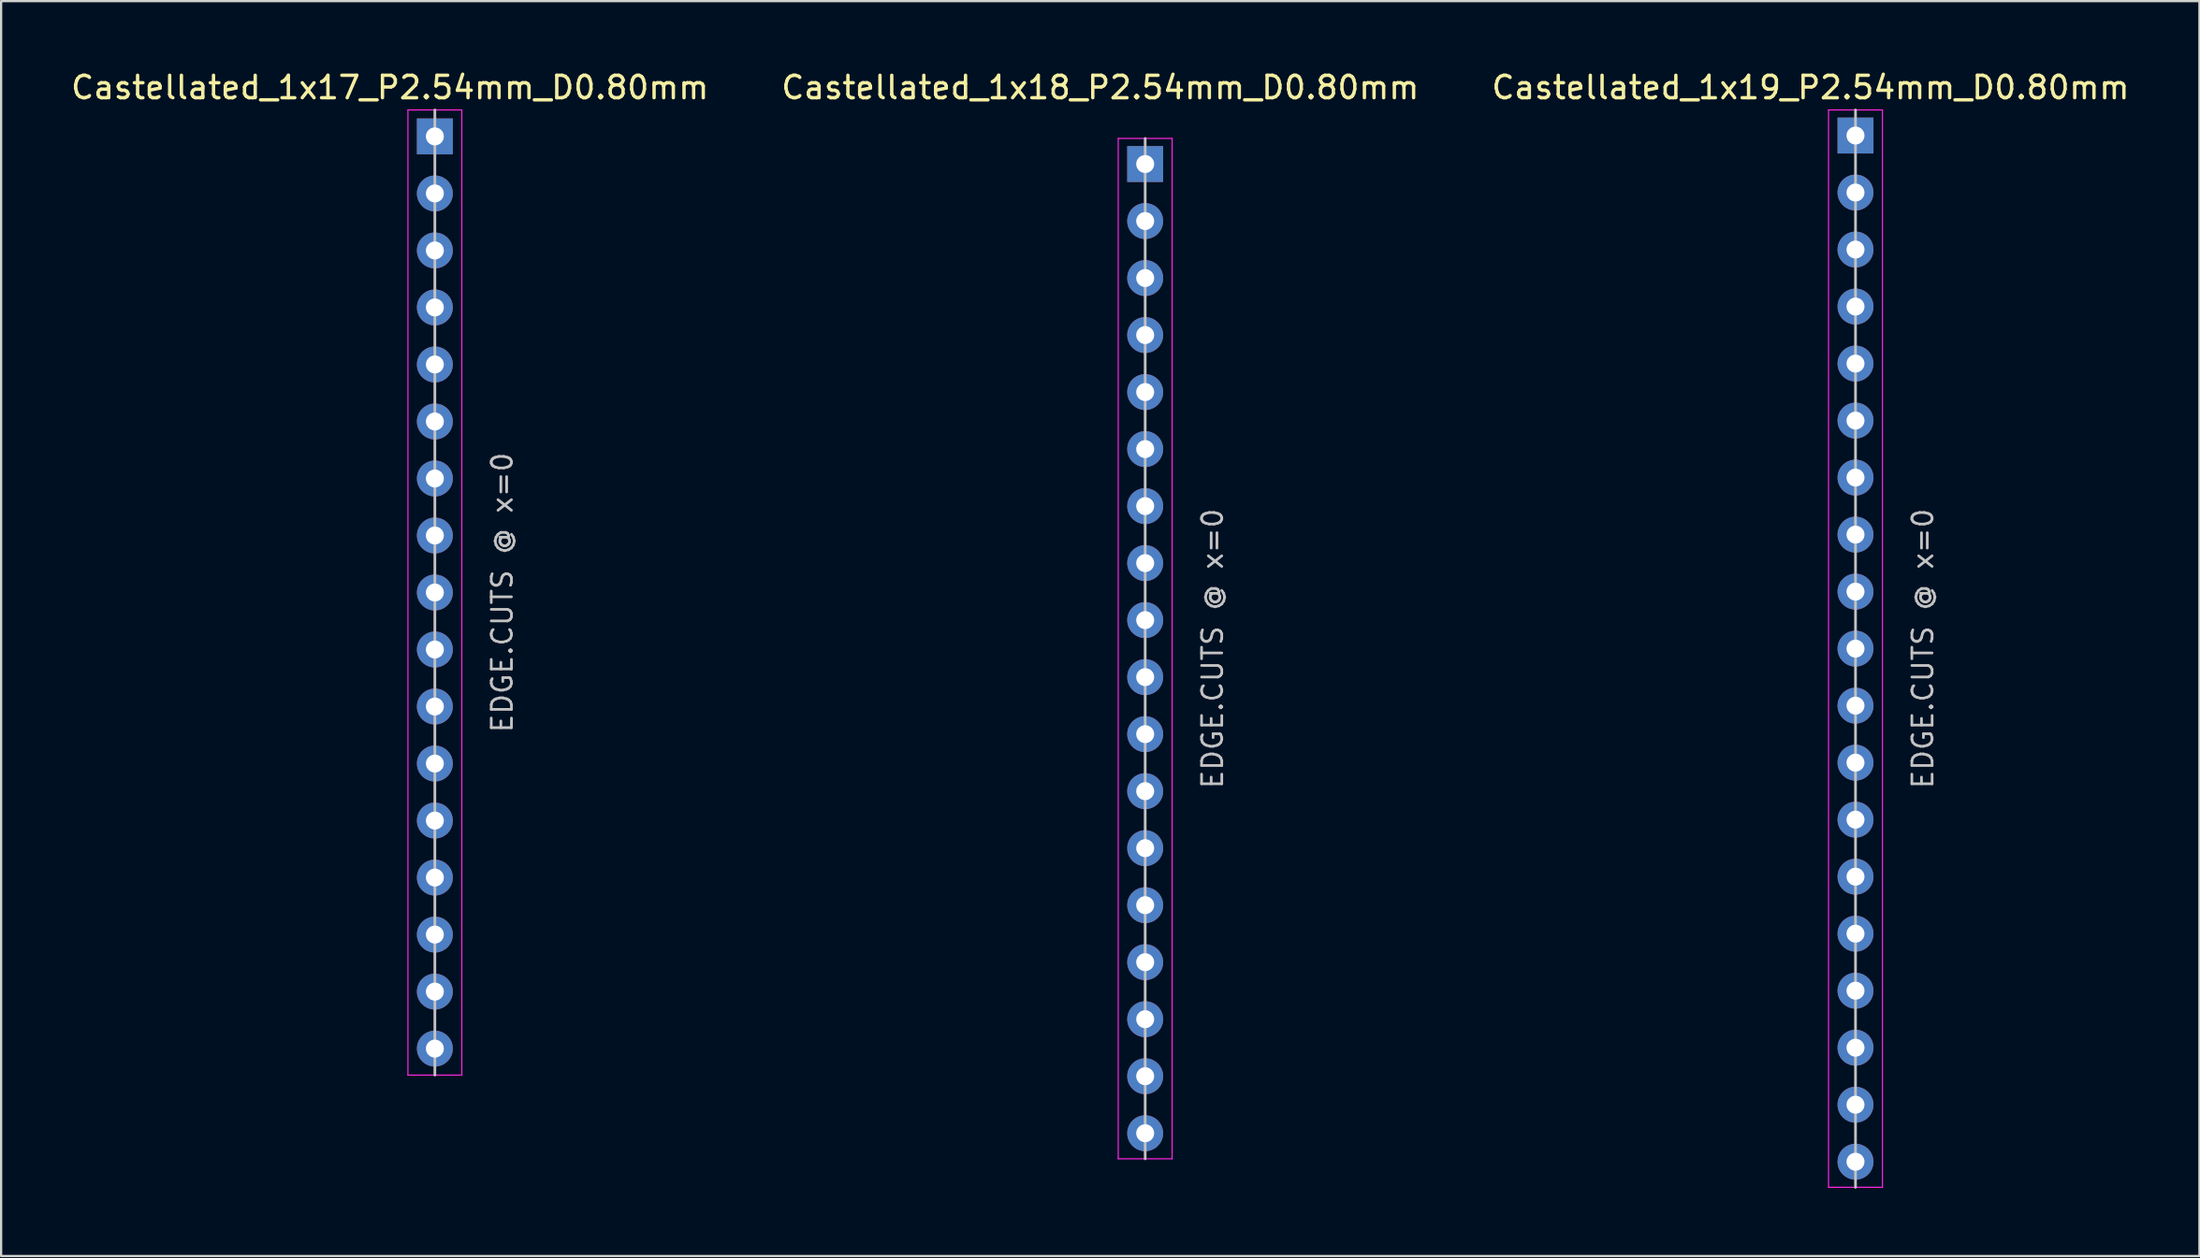
<source format=kicad_pcb>
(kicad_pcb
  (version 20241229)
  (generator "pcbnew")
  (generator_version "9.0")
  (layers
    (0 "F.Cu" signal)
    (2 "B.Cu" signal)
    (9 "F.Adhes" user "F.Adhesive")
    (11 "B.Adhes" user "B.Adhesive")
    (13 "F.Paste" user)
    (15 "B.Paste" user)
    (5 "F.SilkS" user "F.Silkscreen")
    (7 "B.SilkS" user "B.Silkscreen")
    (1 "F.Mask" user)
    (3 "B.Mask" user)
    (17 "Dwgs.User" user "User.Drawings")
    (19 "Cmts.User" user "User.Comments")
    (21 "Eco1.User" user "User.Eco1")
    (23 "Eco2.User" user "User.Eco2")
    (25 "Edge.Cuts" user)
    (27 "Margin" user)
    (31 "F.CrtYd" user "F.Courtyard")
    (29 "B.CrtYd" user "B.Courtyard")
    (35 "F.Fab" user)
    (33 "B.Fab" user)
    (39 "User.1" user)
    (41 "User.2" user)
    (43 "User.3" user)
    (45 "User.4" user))
  (footprint "Castellated_1x18_P2.54mm_D0.80mm"
    (layer "F.Cu")
    (at 47.946 25.848)
    (property "Reference" "Castellated_1x18_P2.54mm_D0.80mm" (at -2 -25 0) (layer "F.SilkS") (effects (font (size 1 1) (thickness 0.15))))
    (attr through_hole)
    (fp_line (start 0 -22.73) (end 0 22.73) (stroke (width 0.12) (type solid)) (layer "Dwgs.User"))
    (fp_line (start -1.2 -22.73) (end 1.2 -22.73) (stroke (width 0.05) (type solid)) (layer "F.CrtYd"))
    (fp_line (start -1.2 22.73) (end -1.2 -22.73) (stroke (width 0.05) (type solid)) (layer "F.CrtYd"))
    (fp_line (start 1.2 -22.73) (end 1.2 22.73) (stroke (width 0.05) (type solid)) (layer "F.CrtYd"))
    (fp_line (start 1.2 22.73) (end -1.2 22.73) (stroke (width 0.05) (type solid)) (layer "F.CrtYd"))
    (fp_text user "EDGE.CUTS @ x=0" (at 3 0 90) (layer "Dwgs.User") (effects (font (size 0.9 0.9) (thickness 0.12))))
    (pad "1" thru_hole rect (at 0 -21.59) (size 1.6 1.6) (drill 0.8) (property pad_prop_castellated) (layers "*.Cu" "*.Mask"))
    (pad "2" thru_hole circle (at 0 -19.05) (size 1.6 1.6) (drill 0.8) (property pad_prop_castellated) (layers "*.Cu" "*.Mask"))
    (pad "3" thru_hole circle (at 0 -16.51) (size 1.6 1.6) (drill 0.8) (property pad_prop_castellated) (layers "*.Cu" "*.Mask"))
    (pad "4" thru_hole circle (at 0 -13.97) (size 1.6 1.6) (drill 0.8) (property pad_prop_castellated) (layers "*.Cu" "*.Mask"))
    (pad "5" thru_hole circle (at 0 -11.43) (size 1.6 1.6) (drill 0.8) (property pad_prop_castellated) (layers "*.Cu" "*.Mask"))
    (pad "6" thru_hole circle (at 0 -8.89) (size 1.6 1.6) (drill 0.8) (property pad_prop_castellated) (layers "*.Cu" "*.Mask"))
    (pad "7" thru_hole circle (at 0 -6.35) (size 1.6 1.6) (drill 0.8) (property pad_prop_castellated) (layers "*.Cu" "*.Mask"))
    (pad "8" thru_hole circle (at 0 -3.81) (size 1.6 1.6) (drill 0.8) (property pad_prop_castellated) (layers "*.Cu" "*.Mask"))
    (pad "9" thru_hole circle (at 0 -1.27) (size 1.6 1.6) (drill 0.8) (property pad_prop_castellated) (layers "*.Cu" "*.Mask"))
    (pad "10" thru_hole circle (at 0 1.27) (size 1.6 1.6) (drill 0.8) (property pad_prop_castellated) (layers "*.Cu" "*.Mask"))
    (pad "11" thru_hole circle (at 0 3.81) (size 1.6 1.6) (drill 0.8) (property pad_prop_castellated) (layers "*.Cu" "*.Mask"))
    (pad "12" thru_hole circle (at 0 6.35) (size 1.6 1.6) (drill 0.8) (property pad_prop_castellated) (layers "*.Cu" "*.Mask"))
    (pad "13" thru_hole circle (at 0 8.89) (size 1.6 1.6) (drill 0.8) (property pad_prop_castellated) (layers "*.Cu" "*.Mask"))
    (pad "14" thru_hole circle (at 0 11.43) (size 1.6 1.6) (drill 0.8) (property pad_prop_castellated) (layers "*.Cu" "*.Mask"))
    (pad "15" thru_hole circle (at 0 13.97) (size 1.6 1.6) (drill 0.8) (property pad_prop_castellated) (layers "*.Cu" "*.Mask"))
    (pad "16" thru_hole circle (at 0 16.51) (size 1.6 1.6) (drill 0.8) (property pad_prop_castellated) (layers "*.Cu" "*.Mask"))
    (pad "17" thru_hole circle (at 0 19.05) (size 1.6 1.6) (drill 0.8) (property pad_prop_castellated) (layers "*.Cu" "*.Mask"))
    (pad "18" thru_hole circle (at 0 21.59) (size 1.6 1.6) (drill 0.8) (property pad_prop_castellated) (layers "*.Cu" "*.Mask")))
  (footprint "Castellated_1x19_P2.54mm_D0.80mm"
    (layer "F.Cu")
    (at 79.577 25.848)
    (property "Reference" "Castellated_1x19_P2.54mm_D0.80mm" (at -2 -25 0) (layer "F.SilkS") (effects (font (size 1 1) (thickness 0.15))))
    (attr through_hole)
    (fp_line (start 0 -24) (end 0 24) (stroke (width 0.12) (type solid)) (layer "Dwgs.User"))
    (fp_line (start -1.2 -24) (end 1.2 -24) (stroke (width 0.05) (type solid)) (layer "F.CrtYd"))
    (fp_line (start -1.2 24) (end -1.2 -24) (stroke (width 0.05) (type solid)) (layer "F.CrtYd"))
    (fp_line (start 1.2 -24) (end 1.2 24) (stroke (width 0.05) (type solid)) (layer "F.CrtYd"))
    (fp_line (start 1.2 24) (end -1.2 24) (stroke (width 0.05) (type solid)) (layer "F.CrtYd"))
    (fp_text user "EDGE.CUTS @ x=0" (at 3 0 90) (layer "Dwgs.User") (effects (font (size 0.9 0.9) (thickness 0.12))))
    (pad "1" thru_hole rect (at 0 -22.86) (size 1.6 1.6) (drill 0.8) (property pad_prop_castellated) (layers "*.Cu" "*.Mask"))
    (pad "2" thru_hole circle (at 0 -20.32) (size 1.6 1.6) (drill 0.8) (property pad_prop_castellated) (layers "*.Cu" "*.Mask"))
    (pad "3" thru_hole circle (at 0 -17.78) (size 1.6 1.6) (drill 0.8) (property pad_prop_castellated) (layers "*.Cu" "*.Mask"))
    (pad "4" thru_hole circle (at 0 -15.24) (size 1.6 1.6) (drill 0.8) (property pad_prop_castellated) (layers "*.Cu" "*.Mask"))
    (pad "5" thru_hole circle (at 0 -12.7) (size 1.6 1.6) (drill 0.8) (property pad_prop_castellated) (layers "*.Cu" "*.Mask"))
    (pad "6" thru_hole circle (at 0 -10.16) (size 1.6 1.6) (drill 0.8) (property pad_prop_castellated) (layers "*.Cu" "*.Mask"))
    (pad "7" thru_hole circle (at 0 -7.62) (size 1.6 1.6) (drill 0.8) (property pad_prop_castellated) (layers "*.Cu" "*.Mask"))
    (pad "8" thru_hole circle (at 0 -5.08) (size 1.6 1.6) (drill 0.8) (property pad_prop_castellated) (layers "*.Cu" "*.Mask"))
    (pad "9" thru_hole circle (at 0 -2.54) (size 1.6 1.6) (drill 0.8) (property pad_prop_castellated) (layers "*.Cu" "*.Mask"))
    (pad "10" thru_hole circle (at 0 0) (size 1.6 1.6) (drill 0.8) (property pad_prop_castellated) (layers "*.Cu" "*.Mask"))
    (pad "11" thru_hole circle (at 0 2.54) (size 1.6 1.6) (drill 0.8) (property pad_prop_castellated) (layers "*.Cu" "*.Mask"))
    (pad "12" thru_hole circle (at 0 5.08) (size 1.6 1.6) (drill 0.8) (property pad_prop_castellated) (layers "*.Cu" "*.Mask"))
    (pad "13" thru_hole circle (at 0 7.62) (size 1.6 1.6) (drill 0.8) (property pad_prop_castellated) (layers "*.Cu" "*.Mask"))
    (pad "14" thru_hole circle (at 0 10.16) (size 1.6 1.6) (drill 0.8) (property pad_prop_castellated) (layers "*.Cu" "*.Mask"))
    (pad "15" thru_hole circle (at 0 12.7) (size 1.6 1.6) (drill 0.8) (property pad_prop_castellated) (layers "*.Cu" "*.Mask"))
    (pad "16" thru_hole circle (at 0 15.24) (size 1.6 1.6) (drill 0.8) (property pad_prop_castellated) (layers "*.Cu" "*.Mask"))
    (pad "17" thru_hole circle (at 0 17.78) (size 1.6 1.6) (drill 0.8) (property pad_prop_castellated) (layers "*.Cu" "*.Mask"))
    (pad "18" thru_hole circle (at 0 20.32) (size 1.6 1.6) (drill 0.8) (property pad_prop_castellated) (layers "*.Cu" "*.Mask"))
    (pad "19" thru_hole circle (at 0 22.86) (size 1.6 1.6) (drill 0.8) (property pad_prop_castellated) (layers "*.Cu" "*.Mask")))
  (footprint "Castellated_1x17_P2.54mm_D0.80mm"
    (layer "F.Cu")
    (at 16.315 23.348)
    (property "Reference" "Castellated_1x17_P2.54mm_D0.80mm" (at -2 -22.5 0) (layer "F.SilkS") (effects (font (size 1 1) (thickness 0.15))))
    (attr through_hole)
    (fp_line (start 0 -21.5) (end 0 21.5) (stroke (width 0.12) (type solid)) (layer "Dwgs.User"))
    (fp_line (start -1.2 -21.5) (end 1.2 -21.5) (stroke (width 0.05) (type solid)) (layer "F.CrtYd"))
    (fp_line (start -1.2 21.5) (end -1.2 -21.5) (stroke (width 0.05) (type solid)) (layer "F.CrtYd"))
    (fp_line (start 1.2 -21.5) (end 1.2 21.5) (stroke (width 0.05) (type solid)) (layer "F.CrtYd"))
    (fp_line (start 1.2 21.5) (end -1.2 21.5) (stroke (width 0.05) (type solid)) (layer "F.CrtYd"))
    (fp_text user "EDGE.CUTS @ x=0" (at 3 0 90) (layer "Dwgs.User") (effects (font (size 0.9 0.9) (thickness 0.12))))
    (pad "1" thru_hole rect (at 0 -20.32) (size 1.6 1.6) (drill 0.8) (layers "*.Cu" "*.Mask"))
    (pad "2" thru_hole circle (at 0 -17.78) (size 1.6 1.6) (drill 0.8) (layers "*.Cu" "*.Mask"))
    (pad "3" thru_hole circle (at 0 -15.24) (size 1.6 1.6) (drill 0.8) (layers "*.Cu" "*.Mask"))
    (pad "4" thru_hole circle (at 0 -12.7) (size 1.6 1.6) (drill 0.8) (layers "*.Cu" "*.Mask"))
    (pad "5" thru_hole circle (at 0 -10.16) (size 1.6 1.6) (drill 0.8) (layers "*.Cu" "*.Mask"))
    (pad "6" thru_hole circle (at 0 -7.62) (size 1.6 1.6) (drill 0.8) (layers "*.Cu" "*.Mask"))
    (pad "7" thru_hole circle (at 0 -5.08) (size 1.6 1.6) (drill 0.8) (layers "*.Cu" "*.Mask"))
    (pad "8" thru_hole circle (at 0 -2.54) (size 1.6 1.6) (drill 0.8) (layers "*.Cu" "*.Mask"))
    (pad "9" thru_hole circle (at 0 0) (size 1.6 1.6) (drill 0.8) (layers "*.Cu" "*.Mask"))
    (pad "10" thru_hole circle (at 0 2.54) (size 1.6 1.6) (drill 0.8) (layers "*.Cu" "*.Mask"))
    (pad "11" thru_hole circle (at 0 5.08) (size 1.6 1.6) (drill 0.8) (layers "*.Cu" "*.Mask"))
    (pad "12" thru_hole circle (at 0 7.62) (size 1.6 1.6) (drill 0.8) (layers "*.Cu" "*.Mask"))
    (pad "13" thru_hole circle (at 0 10.16) (size 1.6 1.6) (drill 0.8) (layers "*.Cu" "*.Mask"))
    (pad "14" thru_hole circle (at 0 12.7) (size 1.6 1.6) (drill 0.8) (layers "*.Cu" "*.Mask"))
    (pad "15" thru_hole circle (at 0 15.24) (size 1.6 1.6) (drill 0.8) (layers "*.Cu" "*.Mask"))
    (pad "16" thru_hole circle (at 0 17.78) (size 1.6 1.6) (drill 0.8) (layers "*.Cu" "*.Mask"))
    (pad "17" thru_hole circle (at 0 20.32) (size 1.6 1.6) (drill 0.8) (layers "*.Cu" "*.Mask")))
  (gr_rect
    (start -3 -3)
    (end 94.893 52.908)
    (stroke (width 0.1) (type default))
    (fill no)
    (layer "Edge.Cuts")))
</source>
